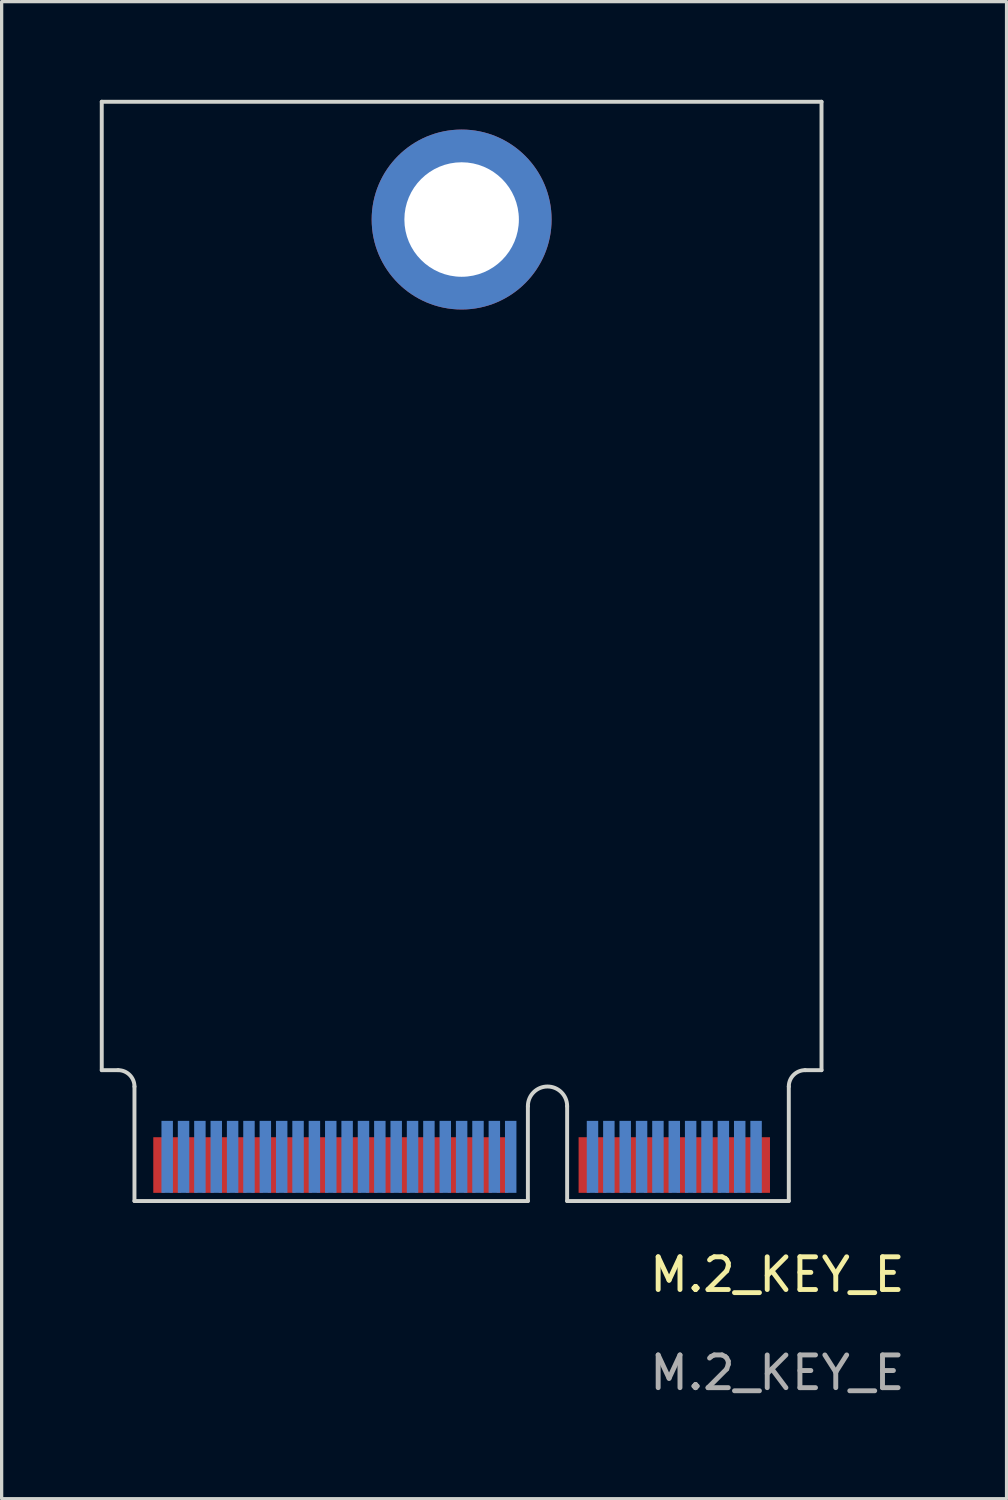
<source format=kicad_pcb>
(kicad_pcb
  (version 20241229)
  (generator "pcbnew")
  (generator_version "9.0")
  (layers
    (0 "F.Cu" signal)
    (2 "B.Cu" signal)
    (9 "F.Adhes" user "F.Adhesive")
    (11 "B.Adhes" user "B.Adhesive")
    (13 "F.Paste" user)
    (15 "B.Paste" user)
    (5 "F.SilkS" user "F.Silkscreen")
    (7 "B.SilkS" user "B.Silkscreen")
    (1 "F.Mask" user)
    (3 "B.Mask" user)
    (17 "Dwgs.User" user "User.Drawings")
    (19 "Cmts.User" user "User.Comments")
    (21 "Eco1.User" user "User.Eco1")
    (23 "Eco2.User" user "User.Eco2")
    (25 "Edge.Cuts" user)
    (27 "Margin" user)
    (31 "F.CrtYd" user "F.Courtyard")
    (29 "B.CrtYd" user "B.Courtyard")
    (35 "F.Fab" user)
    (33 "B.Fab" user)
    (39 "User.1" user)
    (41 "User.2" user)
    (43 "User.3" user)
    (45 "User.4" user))
  (footprint "M.2_KEY_E"
    (layer "F.Cu")
    (at 11.06 33.66)
    (property "Reference" "M.2_KEY_E" (at 9.65 2.25 0) (unlocked yes) (layer "F.SilkS") (effects (font (size 1 1) (thickness 0.15))))
    (fp_line (start -11 -33.6) (end 11 -33.6) (stroke (width 0.12) (type default)) (layer "Edge.Cuts"))
    (fp_line (start -11 -4) (end -11 -33.6) (stroke (width 0.12) (type default)) (layer "Edge.Cuts"))
    (fp_line (start -10.5 -4) (end -11 -4) (stroke (width 0.12) (type default)) (layer "Edge.Cuts"))
    (fp_line (start -10 0) (end -10 -3.5) (stroke (width 0.12) (type default)) (layer "Edge.Cuts"))
    (fp_line (start -10 0) (end 2.025 0) (stroke (width 0.12) (type default)) (layer "Edge.Cuts"))
    (fp_line (start 2.025 -2.9) (end 2.025 0) (stroke (width 0.12) (type default)) (layer "Edge.Cuts"))
    (fp_line (start 3.225 -2.9) (end 3.225 0) (stroke (width 0.12) (type default)) (layer "Edge.Cuts"))
    (fp_line (start 3.225 0) (end 10 0) (stroke (width 0.12) (type default)) (layer "Edge.Cuts"))
    (fp_line (start 10 0) (end 10 -3.5) (stroke (width 0.12) (type default)) (layer "Edge.Cuts"))
    (fp_line (start 10.5 -4) (end 11 -4) (stroke (width 0.12) (type default)) (layer "Edge.Cuts"))
    (fp_line (start 11 -4) (end 11 -33.6) (stroke (width 0.12) (type default)) (layer "Edge.Cuts"))
    (fp_arc (start -10.499999 -4.000001) (mid -10.146446 -3.853554) (end -9.999999 -3.500001) (stroke (width 0.12) (type default)) (layer "Edge.Cuts"))
    (fp_arc (start 2.025 -2.9) (mid 2.625 -3.5) (end 3.225 -2.9) (stroke (width 0.12) (type default)) (layer "Edge.Cuts"))
    (fp_arc (start 10 -3.5) (mid 10.146447 -3.853553) (end 10.5 -4) (stroke (width 0.12) (type default)) (layer "Edge.Cuts"))
    (fp_text user "${REFERENCE}" (at 9.65 5.25 0) (unlocked yes) (layer "F.Fab") (effects (font (size 1 1) (thickness 0.15))))
    (pad "1" thru_hole circle (at 0 -30) (size 5.5 5.5) (drill 3.5) (layers "*.Cu" "*.Mask"))
    (pad "1" connect rect (at 9.25 -1.1) (size 0.35 1.7) (layers "F.Cu" "F.Mask"))
    (pad "2" connect rect (at 9 -1.35) (size 0.35 2.2) (layers "B.Cu" "B.Mask"))
    (pad "3" connect rect (at 8.75 -1.1 180) (size 0.35 1.7) (layers "F.Cu" "F.Mask"))
    (pad "4" connect rect (at 8.5 -1.35) (size 0.35 2.2) (layers "B.Cu" "B.Mask"))
    (pad "5" connect rect (at 8.25 -1.1 180) (size 0.35 1.7) (layers "F.Cu" "F.Mask"))
    (pad "6" connect rect (at 8 -1.35) (size 0.35 2.2) (layers "B.Cu" "B.Mask"))
    (pad "7" connect rect (at 7.75 -1.1 180) (size 0.35 1.7) (layers "F.Cu" "F.Mask"))
    (pad "8" connect rect (at 7.5 -1.35) (size 0.35 2.2) (layers "B.Cu" "B.Mask"))
    (pad "9" connect rect (at 7.25 -1.1 180) (size 0.35 1.7) (layers "F.Cu" "F.Mask"))
    (pad "10" connect rect (at 7 -1.35) (size 0.35 2.2) (layers "B.Cu" "B.Mask"))
    (pad "11" connect rect (at 6.75 -1.1 180) (size 0.35 1.7) (layers "F.Cu" "F.Mask"))
    (pad "12" connect rect (at 6.5 -1.35) (size 0.35 2.2) (layers "B.Cu" "B.Mask"))
    (pad "13" connect rect (at 6.25 -1.1 180) (size 0.35 1.7) (layers "F.Cu" "F.Mask"))
    (pad "14" connect rect (at 6 -1.35) (size 0.35 2.2) (layers "B.Cu" "B.Mask"))
    (pad "15" connect rect (at 5.75 -1.1 180) (size 0.35 1.7) (layers "F.Cu" "F.Mask"))
    (pad "16" connect rect (at 5.5 -1.35) (size 0.35 2.2) (layers "B.Cu" "B.Mask"))
    (pad "17" connect rect (at 5.25 -1.1 180) (size 0.35 1.7) (layers "F.Cu" "F.Mask"))
    (pad "18" connect rect (at 5 -1.35) (size 0.35 2.2) (layers "B.Cu" "B.Mask"))
    (pad "19" connect rect (at 4.75 -1.1 180) (size 0.35 1.7) (layers "F.Cu" "F.Mask"))
    (pad "20" connect rect (at 4.5 -1.35) (size 0.35 2.2) (layers "B.Cu" "B.Mask"))
    (pad "21" connect rect (at 4.25 -1.1 180) (size 0.35 1.7) (layers "F.Cu" "F.Mask"))
    (pad "22" connect rect (at 4 -1.35) (size 0.35 2.2) (layers "B.Cu" "B.Mask"))
    (pad "23" connect rect (at 3.75 -1.1 180) (size 0.35 1.7) (layers "F.Cu" "F.Mask"))
    (pad "32" connect rect (at 1.5 -1.35) (size 0.35 2.2) (layers "B.Cu" "B.Mask"))
    (pad "33" connect rect (at 1.25 -1.1 180) (size 0.35 1.7) (layers "F.Cu" "F.Mask"))
    (pad "34" connect rect (at 1 -1.35) (size 0.35 2.2) (layers "B.Cu" "B.Mask"))
    (pad "35" connect rect (at 0.75 -1.1 180) (size 0.35 1.7) (layers "F.Cu" "F.Mask"))
    (pad "36" connect rect (at 0.5 -1.35) (size 0.35 2.2) (layers "B.Cu" "B.Mask"))
    (pad "37" connect rect (at 0.25 -1.1 180) (size 0.35 1.7) (layers "F.Cu" "F.Mask"))
    (pad "38" connect rect (at 0 -1.35) (size 0.35 2.2) (layers "B.Cu" "B.Mask"))
    (pad "39" connect rect (at -0.25 -1.1 180) (size 0.35 1.7) (layers "F.Cu" "F.Mask"))
    (pad "40" connect rect (at -0.5 -1.35) (size 0.35 2.2) (layers "B.Cu" "B.Mask"))
    (pad "41" connect rect (at -0.75 -1.1 180) (size 0.35 1.7) (layers "F.Cu" "F.Mask"))
    (pad "42" connect rect (at -1 -1.35) (size 0.35 2.2) (layers "B.Cu" "B.Mask"))
    (pad "43" connect rect (at -1.25 -1.1 180) (size 0.35 1.7) (layers "F.Cu" "F.Mask"))
    (pad "44" connect rect (at -1.5 -1.35) (size 0.35 2.2) (layers "B.Cu" "B.Mask"))
    (pad "45" connect rect (at -1.75 -1.1 180) (size 0.35 1.7) (layers "F.Cu" "F.Mask"))
    (pad "46" connect rect (at -2 -1.35) (size 0.35 2.2) (layers "B.Cu" "B.Mask"))
    (pad "47" connect rect (at -2.25 -1.1 180) (size 0.35 1.7) (layers "F.Cu" "F.Mask"))
    (pad "48" connect rect (at -2.5 -1.35) (size 0.35 2.2) (layers "B.Cu" "B.Mask"))
    (pad "49" connect rect (at -2.75 -1.1 180) (size 0.35 1.7) (layers "F.Cu" "F.Mask"))
    (pad "50" connect rect (at -3 -1.35) (size 0.35 2.2) (layers "B.Cu" "B.Mask"))
    (pad "51" connect rect (at -3.25 -1.1 180) (size 0.35 1.7) (layers "F.Cu" "F.Mask"))
    (pad "52" connect rect (at -3.5 -1.35) (size 0.35 2.2) (layers "B.Cu" "B.Mask"))
    (pad "53" connect rect (at -3.75 -1.1 180) (size 0.35 1.7) (layers "F.Cu" "F.Mask"))
    (pad "54" connect rect (at -4 -1.35) (size 0.35 2.2) (layers "B.Cu" "B.Mask"))
    (pad "55" connect rect (at -4.25 -1.1 180) (size 0.35 1.7) (layers "F.Cu" "F.Mask"))
    (pad "56" connect rect (at -4.5 -1.35) (size 0.35 2.2) (layers "B.Cu" "B.Mask"))
    (pad "57" connect rect (at -4.75 -1.1 180) (size 0.35 1.7) (layers "F.Cu" "F.Mask"))
    (pad "58" connect rect (at -5 -1.35) (size 0.35 2.2) (layers "B.Cu" "B.Mask"))
    (pad "59" connect rect (at -5.25 -1.1 180) (size 0.35 1.7) (layers "F.Cu" "F.Mask"))
    (pad "60" connect rect (at -5.5 -1.35) (size 0.35 2.2) (layers "B.Cu" "B.Mask"))
    (pad "61" connect rect (at -5.75 -1.1 180) (size 0.35 1.7) (layers "F.Cu" "F.Mask"))
    (pad "62" connect rect (at -6 -1.35) (size 0.35 2.2) (layers "B.Cu" "B.Mask"))
    (pad "63" connect rect (at -6.25 -1.1 180) (size 0.35 1.7) (layers "F.Cu" "F.Mask"))
    (pad "64" connect rect (at -6.5 -1.35) (size 0.35 2.2) (layers "B.Cu" "B.Mask"))
    (pad "65" connect rect (at -6.75 -1.1 180) (size 0.35 1.7) (layers "F.Cu" "F.Mask"))
    (pad "66" connect rect (at -7 -1.35) (size 0.35 2.2) (layers "B.Cu" "B.Mask"))
    (pad "67" connect rect (at -7.25 -1.1 180) (size 0.35 1.7) (layers "F.Cu" "F.Mask"))
    (pad "68" connect rect (at -7.5 -1.35) (size 0.35 2.2) (layers "B.Cu" "B.Mask"))
    (pad "69" connect rect (at -7.75 -1.1 180) (size 0.35 1.7) (layers "F.Cu" "F.Mask"))
    (pad "70" connect rect (at -8 -1.35) (size 0.35 2.2) (layers "B.Cu" "B.Mask"))
    (pad "71" connect rect (at -8.25 -1.1 180) (size 0.35 1.7) (layers "F.Cu" "F.Mask"))
    (pad "72" connect rect (at -8.5 -1.35) (size 0.35 2.2) (layers "B.Cu" "B.Mask"))
    (pad "73" connect rect (at -8.75 -1.1 180) (size 0.35 1.7) (layers "F.Cu" "F.Mask"))
    (pad "74" connect rect (at -9 -1.35) (size 0.35 2.2) (layers "B.Cu" "B.Mask"))
    (pad "75" connect rect (at -9.25 -1.1 180) (size 0.35 1.7) (layers "F.Cu" "F.Mask")))
  (gr_rect
    (start -3 -3)
    (end 27.716 42.758)
    (stroke (width 0.1) (type default))
    (fill no)
    (layer "Edge.Cuts")))
</source>
